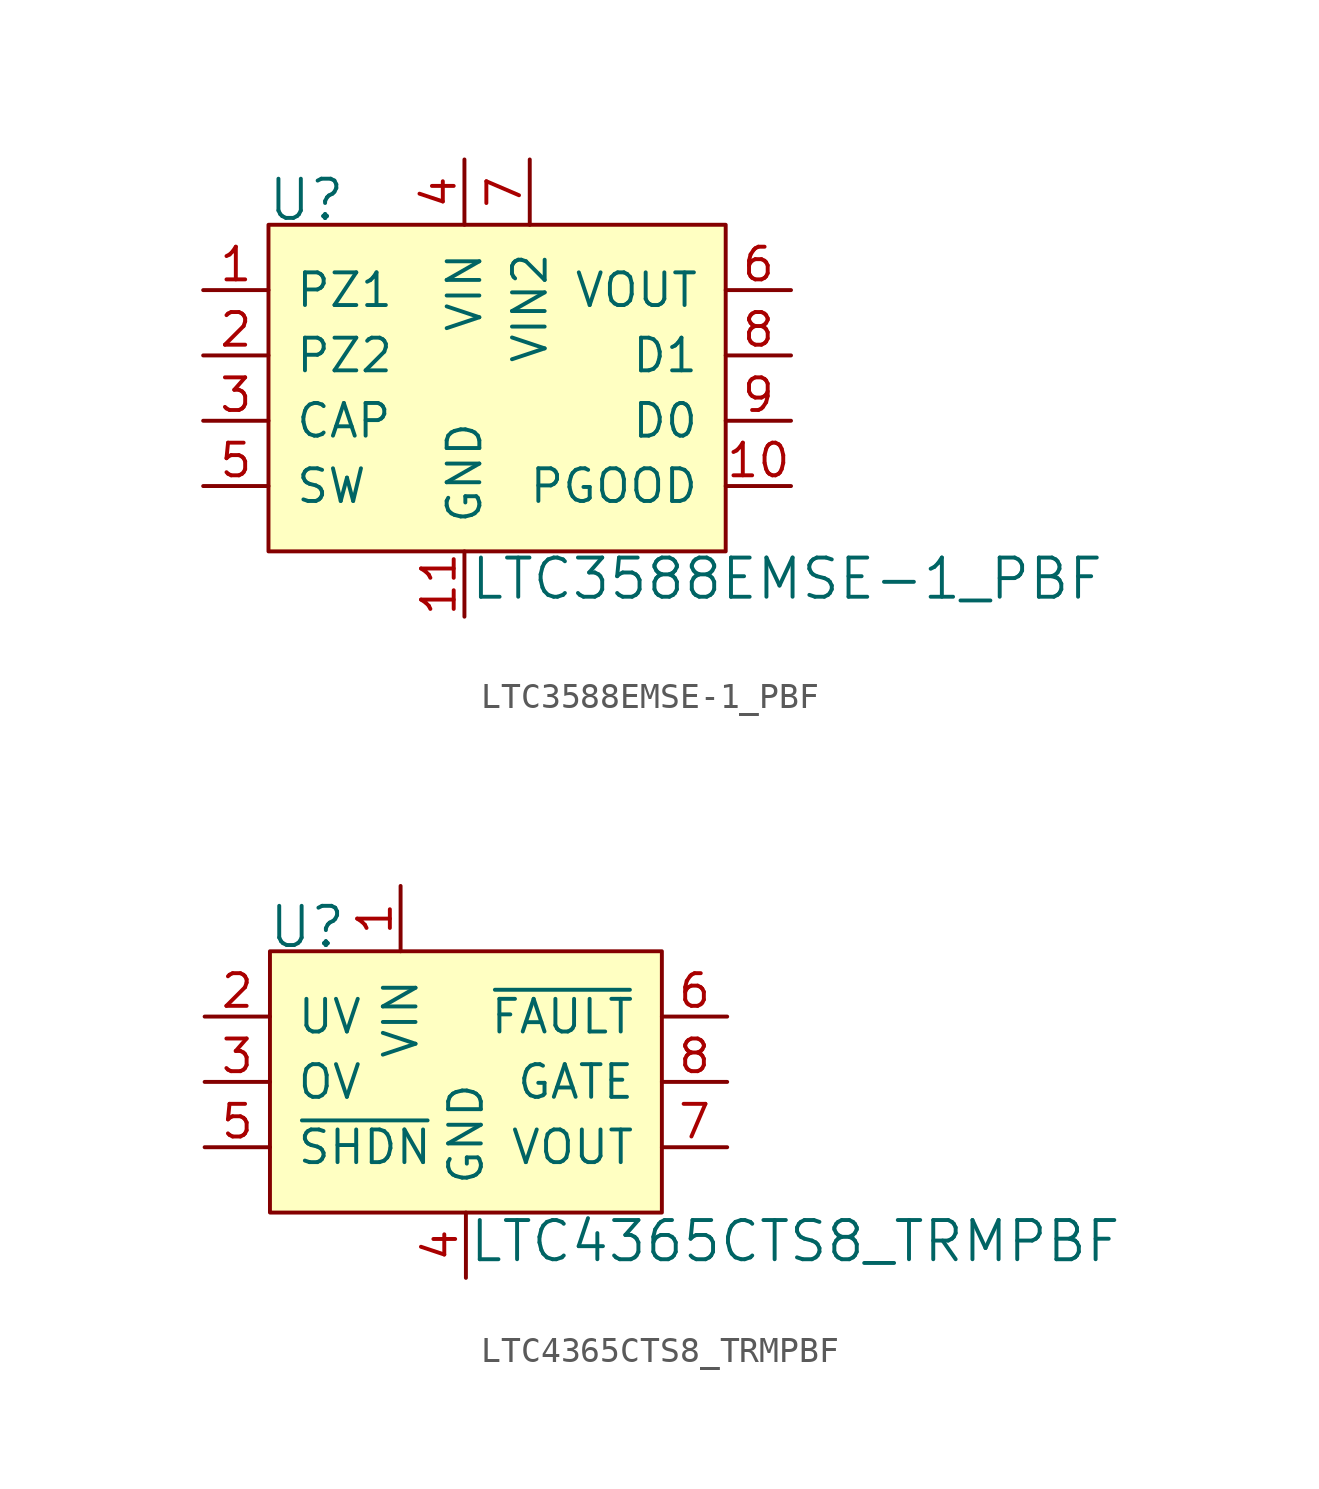
<source format=kicad_sym>
(kicad_symbol_lib
  (version 20211014)
  (generator kicad_symbol_editor)
  (symbol "LTC3588EMSE-1_PBF"
    (pin_names
      (offset 1.016))
    (property "Reference" "U"
      (at -7.696 6.045 0)
      (effects (font (size 1.524 1.524)) (justify left)))
    (property "Value" "LTC3588EMSE-1_PBF"
      (at 0.178 -8.687 0)
      (effects (font (size 1.524 1.524)) (justify left)))
    (symbol "LTC3588EMSE-1_PBF_0_1"
      (rectangle (start -7.62 5.08) (end 10.16 -7.62) (stroke (width 0) (type default) (color 0 0 0 0)) (fill (type background))))
    (symbol "LTC3588EMSE-1_PBF_1_1"
      (pin input line (at -10.16 2.54 0) (length 2.54) (name "PZ1" (effects (font (size 1.27 1.27)))) (number "1" (effects (font (size 1.27 1.27)))))
      (pin output line (at 12.7 -5.08 180) (length 2.54) (name "PGOOD" (effects (font (size 1.27 1.27)))) (number "10" (effects (font (size 1.27 1.27)))))
      (pin power_in line (at 0 -10.16 90) (length 2.54) (name "GND" (effects (font (size 1.27 1.27)))) (number "11" (effects (font (size 1.27 1.27)))))
      (pin input line (at -10.16 0 0) (length 2.54) (name "PZ2" (effects (font (size 1.27 1.27)))) (number "2" (effects (font (size 1.27 1.27)))))
      (pin input line (at -10.16 -2.54 0) (length 2.54) (name "CAP" (effects (font (size 1.27 1.27)))) (number "3" (effects (font (size 1.27 1.27)))))
      (pin power_in line (at 0 7.62 270) (length 2.54) (name "VIN" (effects (font (size 1.27 1.27)))) (number "4" (effects (font (size 1.27 1.27)))))
      (pin input line (at -10.16 -5.08 0) (length 2.54) (name "SW" (effects (font (size 1.27 1.27)))) (number "5" (effects (font (size 1.27 1.27)))))
      (pin power_out line (at 12.7 2.54 180) (length 2.54) (name "VOUT" (effects (font (size 1.27 1.27)))) (number "6" (effects (font (size 1.27 1.27)))))
      (pin power_in line (at 2.54 7.62 270) (length 2.54) (name "VIN2" (effects (font (size 1.27 1.27)))) (number "7" (effects (font (size 1.27 1.27)))))
      (pin output line (at 12.7 0 180) (length 2.54) (name "D1" (effects (font (size 1.27 1.27)))) (number "8" (effects (font (size 1.27 1.27)))))
      (pin output line (at 12.7 -2.54 180) (length 2.54) (name "D0" (effects (font (size 1.27 1.27)))) (number "9" (effects (font (size 1.27 1.27)))))))
  (symbol "LTC4365CTS8_TRMPBF"
    (pin_names
      (offset 1.016))
    (property "Reference" "U"
      (at -10.262 6.02 0)
      (effects (font (size 1.524 1.524)) (justify left)))
    (property "Value" "LTC4365CTS8_TRMPBF"
      (at -2.464 -6.198 0)
      (effects (font (size 1.524 1.524)) (justify left)))
    (symbol "LTC4365CTS8_TRMPBF_0_1"
      (rectangle (start -10.16 5.08) (end 5.08 -5.08) (stroke (width 0) (type default) (color 0 0 0 0)) (fill (type background))))
    (symbol "LTC4365CTS8_TRMPBF_1_1"
      (pin power_in line (at -5.08 7.62 270) (length 2.54) (name "VIN" (effects (font (size 1.27 1.27)))) (number "1" (effects (font (size 1.27 1.27)))))
      (pin input line (at -12.7 2.54 0) (length 2.54) (name "UV" (effects (font (size 1.27 1.27)))) (number "2" (effects (font (size 1.27 1.27)))))
      (pin input line (at -12.7 0 0) (length 2.54) (name "OV" (effects (font (size 1.27 1.27)))) (number "3" (effects (font (size 1.27 1.27)))))
      (pin power_in line (at -2.54 -7.62 90) (length 2.54) (name "GND" (effects (font (size 1.27 1.27)))) (number "4" (effects (font (size 1.27 1.27)))))
      (pin input line (at -12.7 -2.54 0) (length 2.54) (name "~{SHDN}" (effects (font (size 1.27 1.27)))) (number "5" (effects (font (size 1.27 1.27)))))
      (pin output line (at 7.62 2.54 180) (length 2.54) (name "~{FAULT}" (effects (font (size 1.27 1.27)))) (number "6" (effects (font (size 1.27 1.27)))))
      (pin power_out line (at 7.62 -2.54 180) (length 2.54) (name "VOUT" (effects (font (size 1.27 1.27)))) (number "7" (effects (font (size 1.27 1.27)))))
      (pin output line (at 7.62 0 180) (length 2.54) (name "GATE" (effects (font (size 1.27 1.27)))) (number "8" (effects (font (size 1.27 1.27))))))))
</source>
